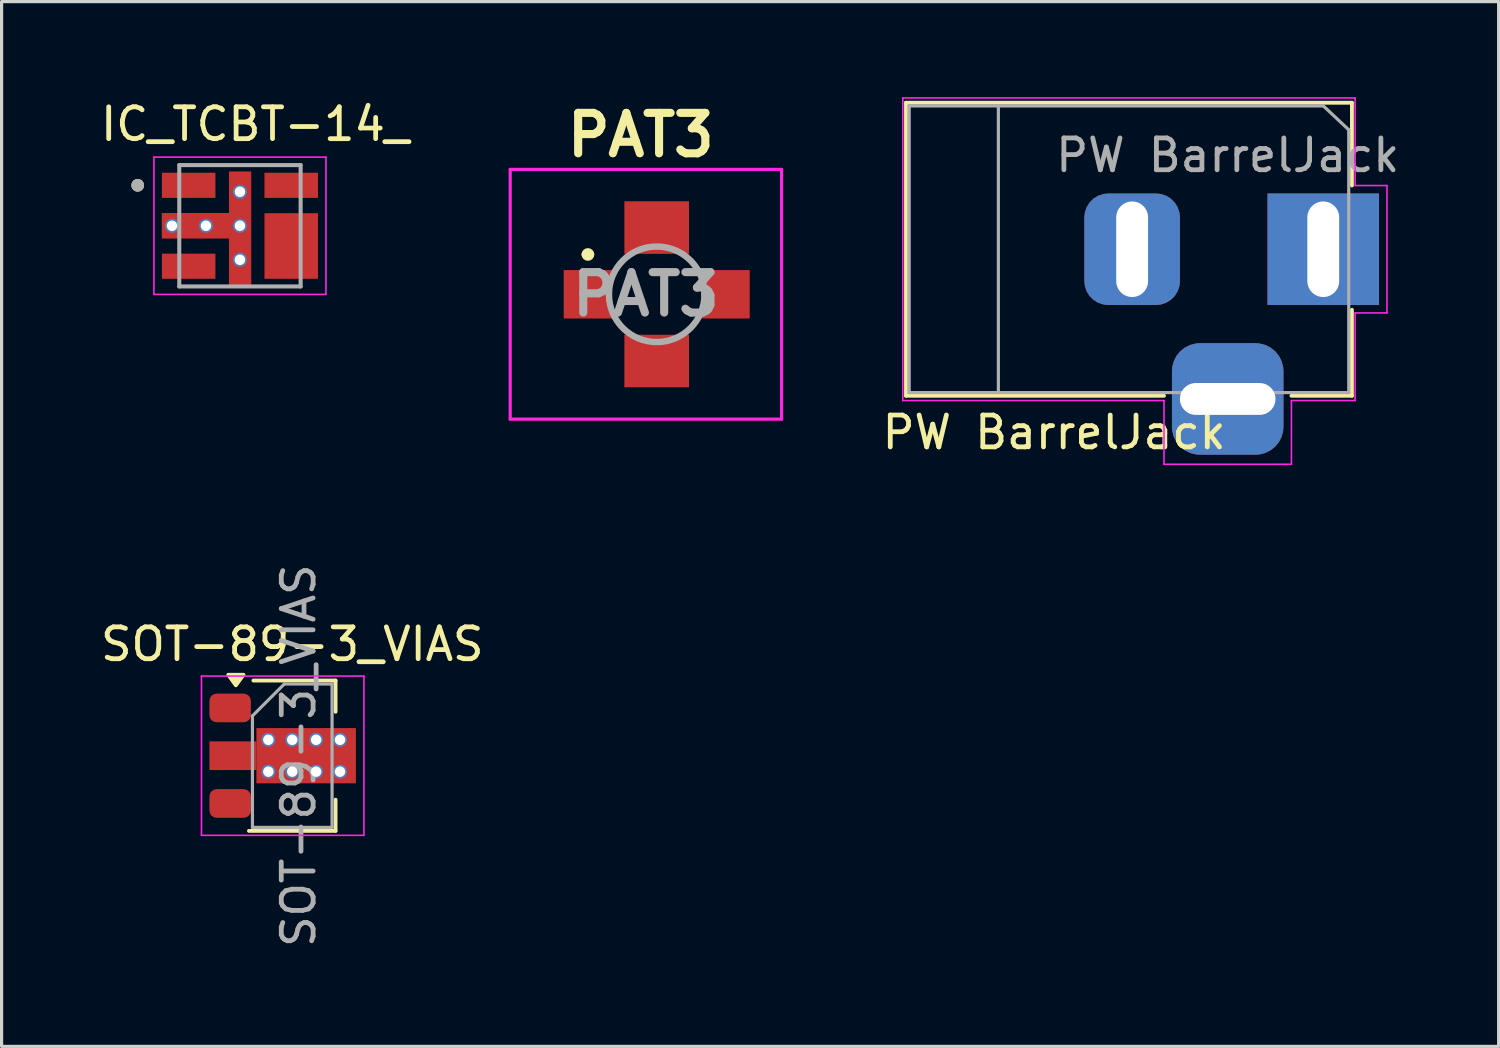
<source format=kicad_pcb>
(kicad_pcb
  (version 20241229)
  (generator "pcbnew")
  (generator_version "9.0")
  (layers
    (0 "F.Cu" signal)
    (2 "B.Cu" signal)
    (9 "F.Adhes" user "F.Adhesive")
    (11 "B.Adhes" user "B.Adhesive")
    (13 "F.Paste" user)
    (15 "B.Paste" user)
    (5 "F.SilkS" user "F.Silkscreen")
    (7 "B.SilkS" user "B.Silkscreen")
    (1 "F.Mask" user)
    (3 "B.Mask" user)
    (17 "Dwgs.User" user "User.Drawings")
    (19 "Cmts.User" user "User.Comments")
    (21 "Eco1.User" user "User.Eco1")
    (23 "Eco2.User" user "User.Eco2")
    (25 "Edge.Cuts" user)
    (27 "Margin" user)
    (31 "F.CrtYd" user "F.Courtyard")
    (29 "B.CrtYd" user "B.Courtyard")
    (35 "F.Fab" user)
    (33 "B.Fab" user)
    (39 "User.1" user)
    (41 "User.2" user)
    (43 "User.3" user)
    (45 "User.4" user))
  (footprint "IC_TCBT-14_"
    (layer "F.Cu")
    (at 4.483 4.038)
    (property "Reference" "IC_TCBT-14_" (at 0.475 -3.19 0) (layer "F.SilkS") (effects (font (size 1 1) (thickness 0.15))))
    (attr smd)
    (fp_poly (pts (xy -2.45 -1.665) (xy -0.77 -1.665) (xy -0.77 -0.875) (xy -2.45 -0.875)) (stroke (width 0.01) (type solid)) (fill yes) (layer "F.Mask"))
    (fp_poly (pts (xy -2.45 0.875) (xy -0.77 0.875) (xy -0.77 1.665) (xy -2.45 1.665)) (stroke (width 0.01) (type solid)) (fill yes) (layer "F.Mask"))
    (fp_poly (pts (xy -1.8 -0.4) (xy 0.35 -0.4) (xy 0.35 0.4) (xy -1.8 0.4)) (stroke (width 0.01) (type solid)) (fill yes) (layer "F.Mask"))
    (fp_poly (pts (xy 0.77 -1.665) (xy 2.45 -1.665) (xy 2.45 -0.875) (xy 0.77 -0.875)) (stroke (width 0.01) (type solid)) (fill yes) (layer "F.Mask"))
    (fp_poly (pts (xy 0.77 0.875) (xy 2.45 0.875) (xy 2.45 1.665) (xy 0.77 1.665)) (stroke (width 0.01) (type solid)) (fill yes) (layer "F.Mask"))
    (fp_circle (center -3.21 -1.27) (end -3.11 -1.27) (stroke (width 0.2) (type solid)) (fill no) (layer "F.SilkS"))
    (fp_poly (pts (xy -0.34 -1.7) (xy 0.35 -1.7) (xy 0.35 1.9) (xy -0.34 1.9) (xy -0.34 0.395) (xy -2.45 0.395) (xy -2.45 -0.395) (xy -0.34 -0.395)) (stroke (width 0.01) (type solid)) (fill yes) (layer "F.Paste"))
    (fp_line (start -2.7 -2.155) (end -2.7 2.155) (stroke (width 0.05) (type solid)) (layer "F.CrtYd"))
    (fp_line (start -2.7 2.155) (end 2.7 2.155) (stroke (width 0.05) (type solid)) (layer "F.CrtYd"))
    (fp_line (start 2.7 -2.155) (end -2.7 -2.155) (stroke (width 0.05) (type solid)) (layer "F.CrtYd"))
    (fp_line (start 2.7 2.155) (end 2.7 -2.155) (stroke (width 0.05) (type solid)) (layer "F.CrtYd"))
    (fp_line (start -1.905 -1.905) (end 1.905 -1.905) (stroke (width 0.127) (type solid)) (layer "F.Fab"))
    (fp_line (start -1.905 1.905) (end -1.905 -1.905) (stroke (width 0.127) (type solid)) (layer "F.Fab"))
    (fp_line (start 1.905 -1.905) (end 1.905 1.905) (stroke (width 0.127) (type solid)) (layer "F.Fab"))
    (fp_line (start 1.905 1.905) (end -1.905 1.905) (stroke (width 0.127) (type solid)) (layer "F.Fab"))
    (fp_circle (center -3.21 -1.27) (end -3.11 -1.27) (stroke (width 0.2) (type solid)) (fill no) (layer "F.Fab"))
    (pad "1" smd rect (at -1.61 -1.27) (size 1.68 0.79) (layers "F.Cu" "F.Paste"))
    (pad "2" smd rect (at -1.61 1.27) (size 1.68 0.79) (layers "F.Cu" "F.Paste"))
    (pad "3" smd rect (at 1.61 0.635) (size 1.68 2.06) (layers "F.Cu" "F.Paste"))
    (pad "4" smd rect (at 1.61 -1.27) (size 1.68 0.79) (layers "F.Cu" "F.Paste"))
    (pad "5" thru_hole circle (at -2.134 0) (size 0.44 0.44) (drill 0.33) (layers "*.Cu"))
    (pad "5" thru_hole circle (at -1.067 0) (size 0.44 0.44) (drill 0.33) (layers "*.Cu"))
    (pad "5" thru_hole circle (at 0 -1.067) (size 0.44 0.44) (drill 0.33) (layers "*.Cu"))
    (pad "5" smd custom (at 0 0) (size 0.1 0.1) (layers "F.Cu") (options (anchor rect)) (primitives (gr_poly (pts (xy -0.34 -1.7) (xy 0.35 -1.7) (xy 0.35 1.9) (xy -0.34 1.9) (xy -0.34 0.395) (xy -2.45 0.395) (xy -2.45 -0.395) (xy -0.34 -0.395)) (width 0.01) (fill yes))))
    (pad "5" thru_hole circle (at 0 0) (size 0.44 0.44) (drill 0.33) (layers "*.Cu"))
    (pad "5" thru_hole circle (at 0 1.067) (size 0.44 0.44) (drill 0.33) (layers "*.Cu")))
  (footprint "PAT3"
    (layer "F.Cu")
    (at 17.567 6.189)
    (property "Reference" "PAT3" (at -0.5 -5 0) (layer "F.SilkS") (effects (font (size 1.27 1.27) (thickness 0.254))))
    (attr smd)
    (fp_line (start -2.16 -1.25) (end -2.16 -1.25) (stroke (width 0.2) (type solid)) (layer "F.SilkS"))
    (fp_line (start -2.16 -1.25) (end -2.16 -1.25) (stroke (width 0.2) (type solid)) (layer "F.SilkS"))
    (fp_arc (start -2.26 -1.25) (mid -2.16 -1.35) (end -2.06 -1.25) (stroke (width 0.2) (type solid)) (layer "F.SilkS"))
    (fp_arc (start -2.06 -1.25) (mid -2.16 -1.15) (end -2.26 -1.25) (stroke (width 0.2) (type solid)) (layer "F.SilkS"))
    (fp_line (start -4.6 -3.92) (end 3.92 -3.92) (stroke (width 0.1) (type solid)) (layer "F.CrtYd"))
    (fp_line (start -4.6 3.92) (end -4.6 -3.92) (stroke (width 0.1) (type solid)) (layer "F.CrtYd"))
    (fp_line (start 3.92 -3.92) (end 3.92 3.92) (stroke (width 0.1) (type solid)) (layer "F.CrtYd"))
    (fp_line (start 3.92 3.92) (end -4.6 3.92) (stroke (width 0.1) (type solid)) (layer "F.CrtYd"))
    (fp_line (start -1.5 0) (end -1.5 0) (stroke (width 0.2) (type solid)) (layer "F.Fab"))
    (fp_line (start 1.5 0) (end 1.5 0) (stroke (width 0.2) (type solid)) (layer "F.Fab"))
    (fp_arc (start -1.5 0) (mid 0 -1.5) (end 1.5 0) (stroke (width 0.2) (type solid)) (layer "F.Fab"))
    (fp_arc (start 1.5 0) (mid 0 1.5) (end -1.5 0) (stroke (width 0.2) (type solid)) (layer "F.Fab"))
    (fp_text user "${REFERENCE}" (at -0.34 0 0) (layer "F.Fab") (effects (font (size 1.27 1.27) (thickness 0.254))))
    (pad "1" smd rect (at -2.16 0 90) (size 1.52 1.52) (layers "F.Cu" "F.Mask" "F.Paste"))
    (pad "2" smd rect (at 0 2.095 90) (size 1.65 2.03) (layers "F.Cu" "F.Mask" "F.Paste"))
    (pad "3" smd rect (at 2.16 0 90) (size 1.52 1.52) (layers "F.Cu" "F.Mask" "F.Paste"))
    (pad "4" smd rect (at 0 -2.095 90) (size 1.65 2.03) (layers "F.Cu" "F.Mask" "F.Paste")))
  (footprint "SOT-89-3_VIAS"
    (layer "F.Cu")
    (at 6.125 20.675)
    (property "Reference" "SOT-89-3_VIAS" (at 0 -3.5 0) (layer "F.SilkS") (effects (font (size 1 1) (thickness 0.15))))
    (attr smd)
    (fp_line (start -1.22 -2.36) (end 1.36 -2.36) (stroke (width 0.12) (type solid)) (layer "F.SilkS"))
    (fp_line (start 1.36 -1.38) (end 1.36 -2.36) (stroke (width 0.12) (type solid)) (layer "F.SilkS"))
    (fp_line (start 1.36 1.38) (end 1.36 2.36) (stroke (width 0.12) (type solid)) (layer "F.SilkS"))
    (fp_line (start 1.36 2.36) (end -1.36 2.36) (stroke (width 0.12) (type solid)) (layer "F.SilkS"))
    (fp_poly (pts (xy -1.77 -2.21) (xy -2.01 -2.54) (xy -1.53 -2.54) (xy -1.77 -2.21)) (stroke (width 0.12) (type solid)) (fill yes) (layer "F.SilkS"))
    (fp_line (start -2.85 2.5) (end -2.85 -2.5) (stroke (width 0.05) (type solid)) (layer "F.CrtYd"))
    (fp_line (start -2.85 2.5) (end 2.25 2.5) (stroke (width 0.05) (type solid)) (layer "F.CrtYd"))
    (fp_line (start 2.25 -2.5) (end -2.85 -2.5) (stroke (width 0.05) (type solid)) (layer "F.CrtYd"))
    (fp_line (start 2.25 -2.5) (end 2.25 2.5) (stroke (width 0.05) (type solid)) (layer "F.CrtYd"))
    (fp_line (start -1.25 -1.25) (end -0.25 -2.25) (stroke (width 0.1) (type solid)) (layer "F.Fab"))
    (fp_line (start -1.25 2.25) (end -1.25 -1.25) (stroke (width 0.1) (type solid)) (layer "F.Fab"))
    (fp_line (start -0.25 -2.25) (end 1.25 -2.25) (stroke (width 0.1) (type solid)) (layer "F.Fab"))
    (fp_line (start 1.25 -2.25) (end 1.25 2.25) (stroke (width 0.1) (type solid)) (layer "F.Fab"))
    (fp_line (start 1.25 2.25) (end -1.25 2.25) (stroke (width 0.1) (type solid)) (layer "F.Fab"))
    (fp_text user "${REFERENCE}" (at 0.2 0 90) (layer "F.Fab") (effects (font (size 1 1) (thickness 0.15))))
    (pad "1" smd roundrect (at -1.95 -1.5) (size 1.3 0.9) (layers "F.Cu" "F.Mask" "F.Paste") (roundrect_rratio 0.25))
    (pad "2" smd custom (at -1.863 0) (size 1.475 0.9) (layers "F.Cu" "F.Mask" "F.Paste") (options (anchor rect)) (primitives (gr_poly (pts (xy 3.862 0.867) (xy 0.738 0.867) (xy 0.738 -0.867) (xy 3.862 -0.867)) (width 0) (fill yes))))
    (pad "2" thru_hole circle (at -0.75 -0.5) (size 0.44 0.44) (drill 0.33) (layers "*.Cu"))
    (pad "2" thru_hole circle (at -0.75 0.5) (size 0.44 0.44) (drill 0.33) (layers "*.Cu"))
    (pad "2" thru_hole circle (at 0 -0.5) (size 0.44 0.44) (drill 0.33) (layers "*.Cu"))
    (pad "2" thru_hole circle (at 0 0.5) (size 0.44 0.44) (drill 0.33) (layers "*.Cu"))
    (pad "2" thru_hole circle (at 0.75 -0.5) (size 0.44 0.44) (drill 0.33) (layers "*.Cu"))
    (pad "2" thru_hole circle (at 0.75 0.5) (size 0.44 0.44) (drill 0.33) (layers "*.Cu"))
    (pad "2" thru_hole circle (at 1.5 -0.5) (size 0.44 0.44) (drill 0.33) (layers "*.Cu"))
    (pad "2" thru_hole circle (at 1.5 0.5) (size 0.44 0.44) (drill 0.33) (layers "*.Cu"))
    (pad "3" smd roundrect (at -1.95 1.5) (size 1.3 0.9) (layers "F.Cu" "F.Mask" "F.Paste") (roundrect_rratio 0.25)))
  (footprint "PW BarrelJack"
    (layer "F.Cu")
    (at 38.493 4.775)
    (property "Reference" "PW BarrelJack" (at -8.45 5.75 0) (layer "F.SilkS") (effects (font (size 1 1) (thickness 0.15))))
    (attr through_hole)
    (fp_line (start -13.1 -4.6) (end 0.9 -4.6) (stroke (width 0.12) (type solid)) (layer "F.SilkS"))
    (fp_line (start -13.1 4.6) (end -13.1 -4.6) (stroke (width 0.12) (type solid)) (layer "F.SilkS"))
    (fp_line (start -5 4.6) (end -13.1 4.6) (stroke (width 0.12) (type solid)) (layer "F.SilkS"))
    (fp_line (start 0.9 -4.6) (end 0.9 -2) (stroke (width 0.12) (type solid)) (layer "F.SilkS"))
    (fp_line (start 0.9 1.9) (end 0.9 4.6) (stroke (width 0.12) (type solid)) (layer "F.SilkS"))
    (fp_line (start 0.9 4.6) (end -1 4.6) (stroke (width 0.12) (type solid)) (layer "F.SilkS"))
    (fp_line (start -13.2 4.75) (end -13.2 -4.75) (stroke (width 0.05) (type solid)) (layer "F.CrtYd"))
    (fp_line (start -5 4.75) (end -13.2 4.75) (stroke (width 0.05) (type solid)) (layer "F.CrtYd"))
    (fp_line (start -5 6.75) (end -5 4.75) (stroke (width 0.05) (type solid)) (layer "F.CrtYd"))
    (fp_line (start -1 4.75) (end -1 6.75) (stroke (width 0.05) (type solid)) (layer "F.CrtYd"))
    (fp_line (start -1 6.75) (end -5 6.75) (stroke (width 0.05) (type solid)) (layer "F.CrtYd"))
    (fp_line (start 1 -4.75) (end -13.2 -4.75) (stroke (width 0.05) (type solid)) (layer "F.CrtYd"))
    (fp_line (start 1 -4.5) (end 1 -4.75) (stroke (width 0.05) (type solid)) (layer "F.CrtYd"))
    (fp_line (start 1 -4.5) (end 1 -2) (stroke (width 0.05) (type solid)) (layer "F.CrtYd"))
    (fp_line (start 1 -2) (end 2 -2) (stroke (width 0.05) (type solid)) (layer "F.CrtYd"))
    (fp_line (start 1 2) (end 1 4.75) (stroke (width 0.05) (type solid)) (layer "F.CrtYd"))
    (fp_line (start 1 4.75) (end -1 4.75) (stroke (width 0.05) (type solid)) (layer "F.CrtYd"))
    (fp_line (start 2 -2) (end 2 2) (stroke (width 0.05) (type solid)) (layer "F.CrtYd"))
    (fp_line (start 2 2) (end 1 2) (stroke (width 0.05) (type solid)) (layer "F.CrtYd"))
    (fp_line (start -13 -4.5) (end -13 4.5) (stroke (width 0.1) (type solid)) (layer "F.Fab"))
    (fp_line (start -13 4.5) (end 0.8 4.5) (stroke (width 0.1) (type solid)) (layer "F.Fab"))
    (fp_line (start -10.2 -4.5) (end -10.2 4.5) (stroke (width 0.1) (type solid)) (layer "F.Fab"))
    (fp_line (start -0.003 -4.505) (end 0.8 -3.75) (stroke (width 0.1) (type solid)) (layer "F.Fab"))
    (fp_line (start 0 -4.5) (end -13 -4.5) (stroke (width 0.1) (type solid)) (layer "F.Fab"))
    (fp_line (start 0.8 4.5) (end 0.8 -3.75) (stroke (width 0.1) (type solid)) (layer "F.Fab"))
    (fp_text user "${REFERENCE}" (at -3 -2.95 0) (layer "F.Fab") (effects (font (size 1 1) (thickness 0.15))))
    (pad "1" thru_hole roundrect (at -6 0) (size 3 3.5) (drill oval 1 3) (layers "*.Cu" "*.Mask") (roundrect_rratio 0.25))
    (pad "1" thru_hole roundrect (at -3 4.7) (size 3.5 3.5) (drill oval 3 1) (layers "*.Cu" "*.Mask") (roundrect_rratio 0.25))
    (pad "2" thru_hole rect (at 0 0) (size 3.5 3.5) (drill oval 1 3) (layers "*.Cu" "*.Mask")))
  (gr_rect
    (start -3 -3)
    (end 43.999 29.8)
    (stroke (width 0.1) (type default))
    (fill no)
    (layer "Edge.Cuts")))
</source>
